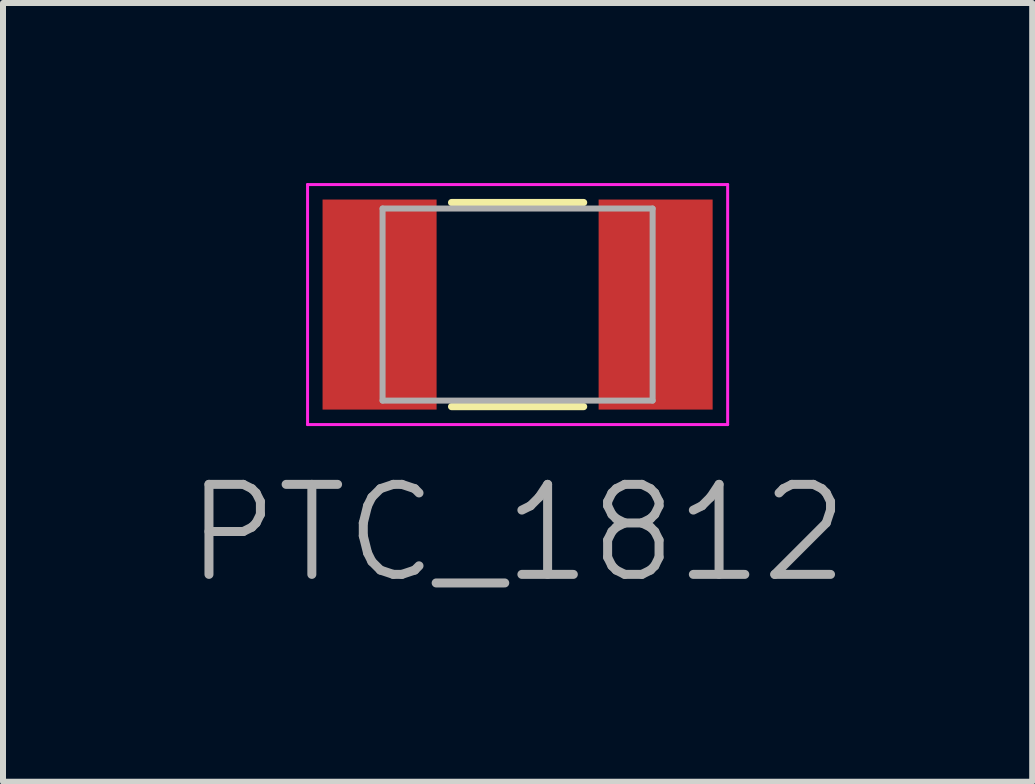
<source format=kicad_pcb>
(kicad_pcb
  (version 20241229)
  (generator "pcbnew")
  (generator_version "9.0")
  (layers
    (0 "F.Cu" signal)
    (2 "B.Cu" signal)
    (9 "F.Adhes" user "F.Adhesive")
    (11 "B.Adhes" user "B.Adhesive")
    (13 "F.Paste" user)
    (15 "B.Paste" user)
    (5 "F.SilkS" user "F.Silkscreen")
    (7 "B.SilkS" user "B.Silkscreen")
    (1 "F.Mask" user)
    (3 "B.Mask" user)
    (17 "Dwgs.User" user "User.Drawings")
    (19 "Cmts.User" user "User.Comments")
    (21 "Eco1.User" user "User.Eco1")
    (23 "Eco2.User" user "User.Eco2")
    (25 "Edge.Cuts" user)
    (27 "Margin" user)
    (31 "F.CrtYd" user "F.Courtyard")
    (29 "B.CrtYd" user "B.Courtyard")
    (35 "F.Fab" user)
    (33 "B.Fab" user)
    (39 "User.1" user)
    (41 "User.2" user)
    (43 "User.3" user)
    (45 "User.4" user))
  (footprint "PTC_1812"
    (layer "F.Cu")
    (at 5.575 2.025)
    (property "Reference" "PTC_1812" (at 0 3.81 0) (layer "F.Fab") (effects (font (size 1.5 1.5) (thickness 0.15))))
    (attr smd)
    (fp_line (start -1.1 -1.7) (end 1.1 -1.7) (stroke (width 0.12) (type solid)) (layer "F.SilkS"))
    (fp_line (start -1.1 1.7) (end 1.1 1.7) (stroke (width 0.12) (type solid)) (layer "F.SilkS"))
    (fp_line (start -3.5 -2) (end 3.5 -2) (stroke (width 0.05) (type solid)) (layer "F.CrtYd"))
    (fp_line (start -3.5 2) (end -3.5 -2) (stroke (width 0.05) (type solid)) (layer "F.CrtYd"))
    (fp_line (start 3.5 -2) (end 3.5 2) (stroke (width 0.05) (type solid)) (layer "F.CrtYd"))
    (fp_line (start 3.5 2) (end -3.5 2) (stroke (width 0.05) (type solid)) (layer "F.CrtYd"))
    (fp_line (start -2.25 -1.6) (end 2.25 -1.6) (stroke (width 0.1) (type solid)) (layer "F.Fab"))
    (fp_line (start -2.25 1.6) (end -2.25 -1.6) (stroke (width 0.1) (type solid)) (layer "F.Fab"))
    (fp_line (start 2.25 -1.6) (end 2.25 1.6) (stroke (width 0.1) (type solid)) (layer "F.Fab"))
    (fp_line (start 2.25 1.6) (end -2.25 1.6) (stroke (width 0.1) (type solid)) (layer "F.Fab"))
    (pad "1" smd rect (at -2.3 0) (size 1.9 3.5) (layers "F.Cu" "F.Mask" "F.Paste"))
    (pad "2" smd rect (at 2.3 0) (size 1.9 3.5) (layers "F.Cu" "F.Mask" "F.Paste")))
  (gr_rect
    (start -3 -3)
    (end 14.15 9.976)
    (stroke (width 0.1) (type default))
    (fill no)
    (layer "Edge.Cuts")))
</source>
